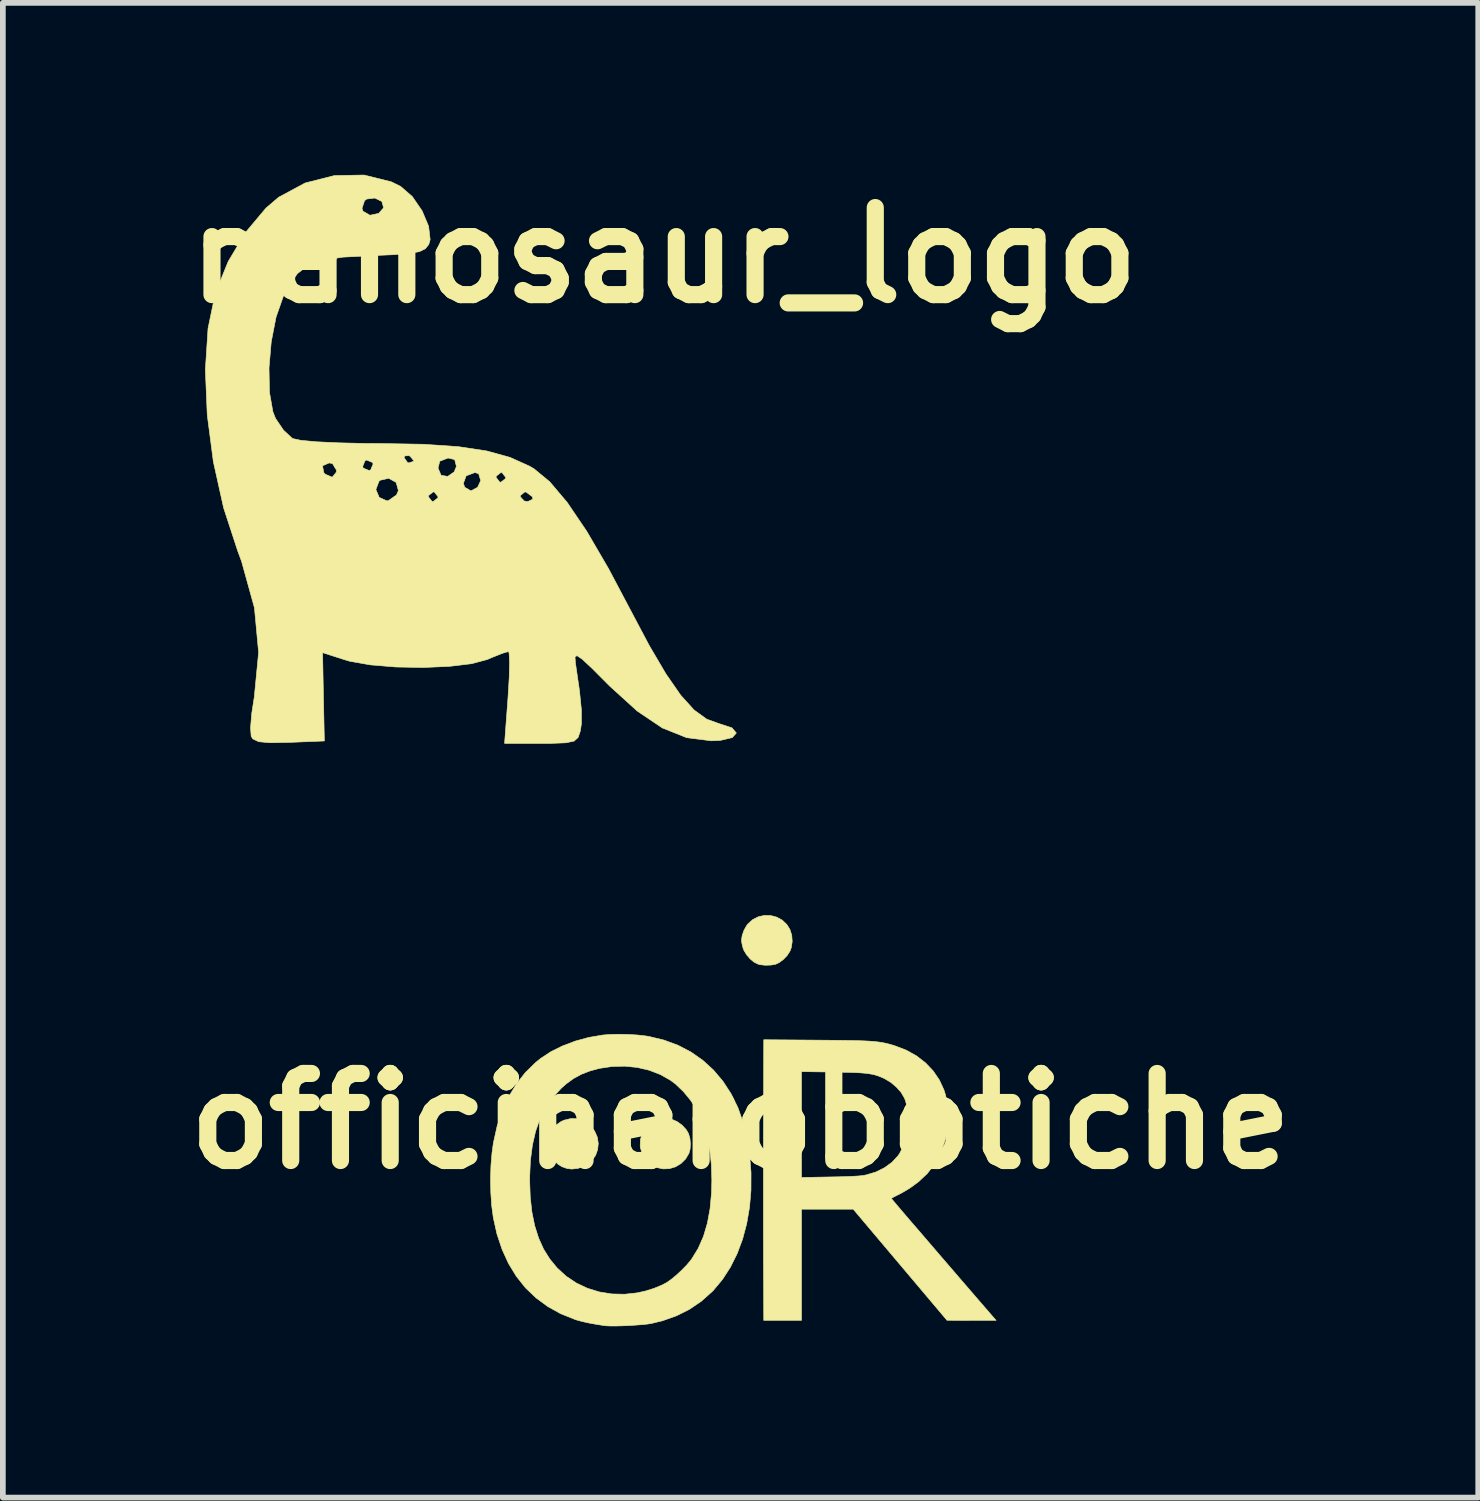
<source format=kicad_pcb>
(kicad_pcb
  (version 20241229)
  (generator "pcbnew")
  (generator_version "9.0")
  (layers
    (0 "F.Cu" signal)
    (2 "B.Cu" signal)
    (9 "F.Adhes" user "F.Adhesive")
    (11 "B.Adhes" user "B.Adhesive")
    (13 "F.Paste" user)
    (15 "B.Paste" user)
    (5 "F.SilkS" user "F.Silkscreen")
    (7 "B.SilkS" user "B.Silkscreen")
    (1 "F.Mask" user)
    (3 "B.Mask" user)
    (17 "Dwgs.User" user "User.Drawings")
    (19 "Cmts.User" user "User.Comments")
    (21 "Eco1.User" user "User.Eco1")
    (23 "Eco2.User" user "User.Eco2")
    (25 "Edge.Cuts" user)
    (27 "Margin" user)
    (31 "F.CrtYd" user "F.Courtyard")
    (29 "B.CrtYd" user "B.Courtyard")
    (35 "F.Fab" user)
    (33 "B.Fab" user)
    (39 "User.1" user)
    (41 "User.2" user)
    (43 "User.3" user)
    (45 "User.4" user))
  (footprint "officinerobotiche"
    (layer "F.Cu")
    (at 9.913 16.576)
    (property "Reference" "officinerobotiche" (at 0 0 0) (layer "F.SilkS") (effects (font (size 1.524 1.524) (thickness 0.3))))
    (attr through_hole)
    (fp_poly (pts (xy -1.21 -0.035) (xy -1.111 0.007) (xy -1.021 0.072) (xy -0.948 0.152) (xy -0.91 0.218) (xy -0.886 0.301) (xy -0.877 0.397) (xy -0.883 0.491) (xy -0.902 0.561) (xy -0.961 0.662) (xy -1.042 0.742) (xy -1.139 0.8) (xy -1.246 0.832) (xy -1.358 0.836) (xy -1.453 0.815) (xy -1.567 0.759) (xy -1.656 0.681) (xy -1.718 0.582) (xy -1.752 0.465) (xy -1.756 0.437) (xy -1.752 0.321) (xy -1.718 0.214) (xy -1.659 0.119) (xy -1.579 0.041) (xy -1.481 -0.016) (xy -1.371 -0.047) (xy -1.31 -0.051) (xy -1.21 -0.035)) (stroke (width 0.01) (type solid)) (fill yes) (layer "F.SilkS"))
    (fp_poly (pts (xy -2.851 -0.041) (xy -2.743 -0.004) (xy -2.644 0.065) (xy -2.625 0.082) (xy -2.552 0.177) (xy -2.507 0.281) (xy -2.49 0.39) (xy -2.501 0.497) (xy -2.537 0.599) (xy -2.6 0.689) (xy -2.687 0.762) (xy -2.731 0.786) (xy -2.844 0.827) (xy -2.956 0.839) (xy -3.036 0.829) (xy -3.126 0.798) (xy -3.2 0.75) (xy -3.256 0.696) (xy -3.323 0.605) (xy -3.361 0.51) (xy -3.373 0.399) (xy -3.373 0.397) (xy -3.358 0.276) (xy -3.313 0.168) (xy -3.241 0.078) (xy -3.144 0.009) (xy -3.088 -0.017) (xy -2.967 -0.046) (xy -2.851 -0.041)) (stroke (width 0.01) (type solid)) (fill yes) (layer "F.SilkS"))
    (fp_poly (pts (xy 0.53 -3.599) (xy 0.635 -3.571) (xy 0.731 -3.518) (xy 0.811 -3.442) (xy 0.864 -3.357) (xy 0.897 -3.255) (xy 0.905 -3.144) (xy 0.888 -3.035) (xy 0.866 -2.976) (xy 0.816 -2.899) (xy 0.749 -2.829) (xy 0.674 -2.774) (xy 0.613 -2.746) (xy 0.532 -2.732) (xy 0.437 -2.729) (xy 0.346 -2.738) (xy 0.305 -2.749) (xy 0.237 -2.783) (xy 0.168 -2.841) (xy 0.106 -2.913) (xy 0.06 -2.989) (xy 0.044 -3.03) (xy 0.029 -3.09) (xy 0.019 -3.143) (xy 0.017 -3.167) (xy 0.029 -3.249) (xy 0.06 -3.339) (xy 0.106 -3.422) (xy 0.128 -3.451) (xy 0.215 -3.529) (xy 0.315 -3.579) (xy 0.422 -3.602) (xy 0.53 -3.599)) (stroke (width 0.01) (type solid)) (fill yes) (layer "F.SilkS"))
    (fp_poly (pts (xy 1.342 -1.418) (xy 1.561 -1.416) (xy 1.75 -1.414) (xy 1.911 -1.412) (xy 2.048 -1.409) (xy 2.165 -1.405) (xy 2.263 -1.4) (xy 2.347 -1.393) (xy 2.419 -1.385) (xy 2.483 -1.375) (xy 2.543 -1.363) (xy 2.601 -1.349) (xy 2.66 -1.332) (xy 2.702 -1.319) (xy 2.9 -1.243) (xy 3.08 -1.143) (xy 3.238 -1.021) (xy 3.372 -0.88) (xy 3.48 -0.722) (xy 3.56 -0.55) (xy 3.584 -0.474) (xy 3.596 -0.424) (xy 3.605 -0.368) (xy 3.61 -0.301) (xy 3.613 -0.215) (xy 3.614 -0.104) (xy 3.613 -0.068) (xy 3.613 0.043) (xy 3.611 0.128) (xy 3.607 0.193) (xy 3.6 0.248) (xy 3.589 0.298) (xy 3.575 0.352) (xy 3.567 0.378) (xy 3.491 0.58) (xy 3.393 0.758) (xy 3.269 0.918) (xy 3.118 1.06) (xy 2.972 1.167) (xy 2.899 1.212) (xy 2.819 1.258) (xy 2.75 1.294) (xy 2.747 1.295) (xy 2.695 1.321) (xy 2.657 1.342) (xy 2.642 1.354) (xy 2.642 1.354) (xy 2.652 1.368) (xy 2.684 1.406) (xy 2.735 1.467) (xy 2.804 1.548) (xy 2.89 1.649) (xy 2.991 1.767) (xy 3.107 1.901) (xy 3.235 2.05) (xy 3.374 2.212) (xy 3.523 2.386) (xy 3.681 2.569) (xy 3.845 2.76) (xy 4.016 2.958) (xy 4.191 3.161) (xy 4.37 3.368) (xy 4.39 3.391) (xy 4.474 3.488) (xy 4.045 3.488) (xy 3.615 3.487) (xy 2.794 2.514) (xy 1.973 1.541) (xy 1.067 1.541) (xy 1.067 3.488) (xy 0.407 3.488) (xy 0.402 2.4) (xy 0.402 2.195) (xy 0.401 1.962) (xy 0.401 1.707) (xy 0.401 1.436) (xy 0.401 1.156) (xy 0.401 0.986) (xy 1.067 0.986) (xy 1.571 0.977) (xy 1.735 0.974) (xy 1.87 0.97) (xy 1.978 0.965) (xy 2.065 0.96) (xy 2.133 0.953) (xy 2.187 0.944) (xy 2.201 0.941) (xy 2.37 0.89) (xy 2.521 0.815) (xy 2.652 0.72) (xy 2.757 0.606) (xy 2.781 0.572) (xy 2.854 0.435) (xy 2.905 0.28) (xy 2.935 0.115) (xy 2.942 -0.052) (xy 2.926 -0.214) (xy 2.886 -0.363) (xy 2.868 -0.407) (xy 2.811 -0.504) (xy 2.728 -0.597) (xy 2.629 -0.68) (xy 2.522 -0.744) (xy 2.518 -0.746) (xy 2.459 -0.772) (xy 2.402 -0.794) (xy 2.344 -0.812) (xy 2.28 -0.825) (xy 2.206 -0.836) (xy 2.118 -0.844) (xy 2.011 -0.85) (xy 1.881 -0.854) (xy 1.723 -0.857) (xy 1.621 -0.859) (xy 1.067 -0.867) (xy 1.067 0.986) (xy 0.401 0.986) (xy 0.401 0.872) (xy 0.401 0.591) (xy 0.401 0.318) (xy 0.402 0.06) (xy 0.402 -0.056) (xy 0.407 -1.425) (xy 1.342 -1.418)) (stroke (width 0.01) (type solid)) (fill yes) (layer "F.SilkS"))
    (fp_poly (pts (xy -1.961 -1.517) (xy -1.804 -1.508) (xy -1.663 -1.492) (xy -1.606 -1.483) (xy -1.34 -1.419) (xy -1.094 -1.328) (xy -0.866 -1.209) (xy -0.658 -1.063) (xy -0.472 -0.893) (xy -0.307 -0.697) (xy -0.165 -0.479) (xy -0.046 -0.237) (xy 0.047 0.026) (xy 0.11 0.278) (xy 0.16 0.592) (xy 0.184 0.903) (xy 0.183 1.209) (xy 0.158 1.505) (xy 0.109 1.791) (xy 0.037 2.063) (xy -0.058 2.318) (xy -0.176 2.555) (xy -0.315 2.77) (xy -0.474 2.961) (xy -0.498 2.985) (xy -0.688 3.154) (xy -0.894 3.294) (xy -1.119 3.407) (xy -1.364 3.494) (xy -1.557 3.541) (xy -1.626 3.552) (xy -1.719 3.562) (xy -1.828 3.57) (xy -1.945 3.578) (xy -2.063 3.583) (xy -2.175 3.586) (xy -2.272 3.586) (xy -2.348 3.583) (xy -2.379 3.58) (xy -2.537 3.555) (xy -2.668 3.531) (xy -2.777 3.506) (xy -2.872 3.48) (xy -2.899 3.471) (xy -3.148 3.371) (xy -3.375 3.245) (xy -3.58 3.094) (xy -3.764 2.918) (xy -3.924 2.717) (xy -4.061 2.493) (xy -4.174 2.245) (xy -4.264 1.975) (xy -4.327 1.692) (xy -4.355 1.485) (xy -4.371 1.256) (xy -4.376 1.039) (xy -3.691 1.039) (xy -3.681 1.329) (xy -3.652 1.592) (xy -3.603 1.831) (xy -3.535 2.046) (xy -3.447 2.241) (xy -3.337 2.416) (xy -3.211 2.569) (xy -3.052 2.715) (xy -2.874 2.834) (xy -2.679 2.926) (xy -2.471 2.99) (xy -2.252 3.025) (xy -2.026 3.03) (xy -1.808 3.006) (xy -1.661 2.973) (xy -1.514 2.927) (xy -1.38 2.872) (xy -1.294 2.827) (xy -1.214 2.771) (xy -1.123 2.696) (xy -1.03 2.61) (xy -0.943 2.521) (xy -0.872 2.436) (xy -0.854 2.412) (xy -0.74 2.226) (xy -0.649 2.019) (xy -0.58 1.787) (xy -0.533 1.532) (xy -0.507 1.251) (xy -0.502 1.033) (xy -0.51 0.761) (xy -0.536 0.515) (xy -0.579 0.29) (xy -0.64 0.081) (xy -0.679 -0.021) (xy -0.765 -0.197) (xy -0.874 -0.365) (xy -1 -0.518) (xy -1.137 -0.649) (xy -1.225 -0.715) (xy -1.403 -0.816) (xy -1.598 -0.891) (xy -1.807 -0.94) (xy -2.025 -0.962) (xy -2.246 -0.957) (xy -2.468 -0.924) (xy -2.632 -0.88) (xy -2.785 -0.821) (xy -2.922 -0.747) (xy -3.052 -0.652) (xy -3.136 -0.578) (xy -3.283 -0.419) (xy -3.407 -0.241) (xy -3.509 -0.043) (xy -3.587 0.177) (xy -3.643 0.42) (xy -3.678 0.688) (xy -3.691 0.98) (xy -3.691 1.039) (xy -4.376 1.039) (xy -4.376 1.018) (xy -4.369 0.78) (xy -4.35 0.553) (xy -4.326 0.381) (xy -4.262 0.093) (xy -4.173 -0.175) (xy -4.061 -0.422) (xy -3.926 -0.647) (xy -3.769 -0.848) (xy -3.59 -1.024) (xy -3.497 -1.099) (xy -3.319 -1.216) (xy -3.115 -1.317) (xy -2.893 -1.401) (xy -2.659 -1.465) (xy -2.419 -1.506) (xy -2.404 -1.508) (xy -2.273 -1.518) (xy -2.122 -1.521) (xy -1.961 -1.517)) (stroke (width 0.01) (type solid)) (fill yes) (layer "F.SilkS")))
  (footprint "nanosaur_logo"
    (layer "F.Cu")
    (at 5.041 4.968)
    (property "Reference" "nanosaur_logo" (at 3.53 -3.55 0) (layer "F.SilkS") (effects (font (size 1.524 1.524) (thickness 0.3))))
    (attr through_hole)
    (fp_poly (pts (xy -1.243 -4.836) (xy -1.078 -4.755) (xy -0.873 -4.577) (xy -0.701 -4.326) (xy -0.588 -4.057) (xy -0.561 -3.823) (xy -0.585 -3.739) (xy -0.644 -3.665) (xy -0.746 -3.614) (xy -0.925 -3.581) (xy -1.213 -3.559) (xy -1.59 -3.543) (xy -2.084 -3.517) (xy -2.441 -3.466) (xy -2.697 -3.375) (xy -2.885 -3.228) (xy -3.038 -3.009) (xy -3.135 -2.821) (xy -3.259 -2.465) (xy -3.343 -2.033) (xy -3.382 -1.578) (xy -3.374 -1.152) (xy -3.314 -0.81) (xy -3.268 -0.694) (xy -3.128 -0.487) (xy -2.976 -0.346) (xy -2.968 -0.341) (xy -2.827 -0.31) (xy -2.546 -0.284) (xy -2.156 -0.266) (xy -1.688 -0.255) (xy -1.436 -0.254) (xy -0.68 -0.241) (xy -0.066 -0.199) (xy 0.43 -0.124) (xy 0.836 -0.012) (xy 1.176 0.141) (xy 1.258 0.189) (xy 1.532 0.415) (xy 1.838 0.777) (xy 2.18 1.282) (xy 2.562 1.937) (xy 2.932 2.636) (xy 3.273 3.28) (xy 3.567 3.78) (xy 3.825 4.152) (xy 4.058 4.41) (xy 4.28 4.571) (xy 4.487 4.646) (xy 4.722 4.723) (xy 4.799 4.813) (xy 4.728 4.894) (xy 4.519 4.943) (xy 4.36 4.95) (xy 3.928 4.895) (xy 3.503 4.725) (xy 3.062 4.428) (xy 2.58 3.99) (xy 2.543 3.953) (xy 2.273 3.682) (xy 2.102 3.522) (xy 2.009 3.459) (xy 1.975 3.482) (xy 1.981 3.578) (xy 1.984 3.598) (xy 2.053 4.073) (xy 2.087 4.414) (xy 2.087 4.653) (xy 2.066 4.785) (xy 2.029 4.892) (xy 1.959 4.955) (xy 1.816 4.985) (xy 1.563 4.995) (xy 1.378 4.995) (xy 0.742 4.995) (xy 0.802 4.191) (xy 0.823 3.846) (xy 0.829 3.575) (xy 0.821 3.415) (xy 0.81 3.387) (xy 0.705 3.418) (xy 0.51 3.496) (xy 0.442 3.526) (xy 0.167 3.6) (xy -0.225 3.647) (xy -0.685 3.667) (xy -1.162 3.658) (xy -1.608 3.621) (xy -1.971 3.557) (xy -2.048 3.534) (xy -2.444 3.407) (xy -2.429 4.18) (xy -2.413 4.953) (xy -3.028 4.978) (xy -3.362 4.984) (xy -3.562 4.966) (xy -3.665 4.917) (xy -3.694 4.871) (xy -3.705 4.724) (xy -3.684 4.469) (xy -3.639 4.18) (xy -3.564 3.403) (xy -3.637 2.621) (xy -3.863 1.806) (xy -3.928 1.632) (xy -4.176 0.874) (xy -4.248 0.551) (xy -1.511 0.551) (xy -1.453 0.689) (xy -1.32 0.749) (xy -1.292 0.746) (xy -1.193 0.677) (xy -0.593 0.677) (xy -0.528 0.76) (xy -0.508 0.762) (xy -0.426 0.698) (xy -0.423 0.677) (xy 1.016 0.677) (xy 1.085 0.752) (xy 1.148 0.762) (xy 1.236 0.721) (xy 1.228 0.677) (xy 1.119 0.596) (xy 1.096 0.593) (xy 1.018 0.657) (xy 1.016 0.677) (xy -0.423 0.677) (xy -0.488 0.595) (xy -0.508 0.593) (xy -0.59 0.657) (xy -0.593 0.677) (xy -1.193 0.677) (xy -1.151 0.648) (xy -1.117 0.57) (xy -1.151 0.445) (xy 0.02 0.445) (xy 0.045 0.512) (xy 0.154 0.575) (xy 0.27 0.512) (xy 0.324 0.395) (xy 0.307 0.339) (xy 0.593 0.339) (xy 0.657 0.421) (xy 0.677 0.423) (xy 0.76 0.359) (xy 0.762 0.339) (xy 0.698 0.256) (xy 0.677 0.254) (xy 0.595 0.318) (xy 0.593 0.339) (xy 0.307 0.339) (xy 0.288 0.275) (xy 0.223 0.254) (xy 0.069 0.312) (xy 0.02 0.445) (xy -1.151 0.445) (xy -1.155 0.428) (xy -1.286 0.355) (xy -1.434 0.388) (xy -1.456 0.406) (xy -1.511 0.551) (xy -4.248 0.551) (xy -4.34 0.136) (xy -2.445 0.136) (xy -2.424 0.253) (xy -2.399 0.282) (xy -2.275 0.336) (xy -2.204 0.248) (xy -2.201 0.212) (xy -2.239 0.15) (xy -1.743 0.15) (xy -1.731 0.177) (xy -1.628 0.219) (xy -1.601 0.207) (xy -1.589 0.176) (xy -0.423 0.176) (xy -0.37 0.301) (xy -0.254 0.322) (xy -0.141 0.243) (xy -0.101 0.147) (xy -0.132 0.027) (xy -0.248 0) (xy -0.393 0.056) (xy -0.423 0.176) (xy -1.589 0.176) (xy -1.559 0.104) (xy -1.571 0.077) (xy -1.674 0.035) (xy -1.701 0.047) (xy -1.743 0.15) (xy -2.239 0.15) (xy -2.269 0.099) (xy -2.328 0.085) (xy -2.445 0.136) (xy -4.34 0.136) (xy -4.356 0.066) (xy -4.365 -0.005) (xy -1.016 -0.005) (xy -0.955 0.081) (xy -0.931 0.085) (xy -0.849 0.056) (xy -0.847 0.047) (xy -0.906 -0.025) (xy -0.931 -0.042) (xy -1.009 -0.036) (xy -1.016 -0.005) (xy -4.365 -0.005) (xy -4.463 -0.754) (xy -4.496 -1.546) (xy -4.449 -2.27) (xy -4.321 -2.888) (xy -4.32 -2.891) (xy -4.096 -3.441) (xy -3.79 -3.953) (xy -3.438 -4.372) (xy -1.754 -4.372) (xy -1.737 -4.321) (xy -1.614 -4.25) (xy -1.461 -4.283) (xy -1.376 -4.381) (xy -1.406 -4.491) (xy -1.529 -4.551) (xy -1.67 -4.534) (xy -1.709 -4.506) (xy -1.754 -4.372) (xy -3.438 -4.372) (xy -3.435 -4.376) (xy -3.212 -4.566) (xy -2.749 -4.815) (xy -2.236 -4.945) (xy -1.718 -4.954) (xy -1.243 -4.836)) (stroke (width 0.01) (type solid)) (fill yes) (layer "F.SilkS")))
  (gr_rect
    (start -3 -3)
    (end 22.827 23.166)
    (stroke (width 0.1) (type default))
    (fill no)
    (layer "Edge.Cuts")))
</source>
